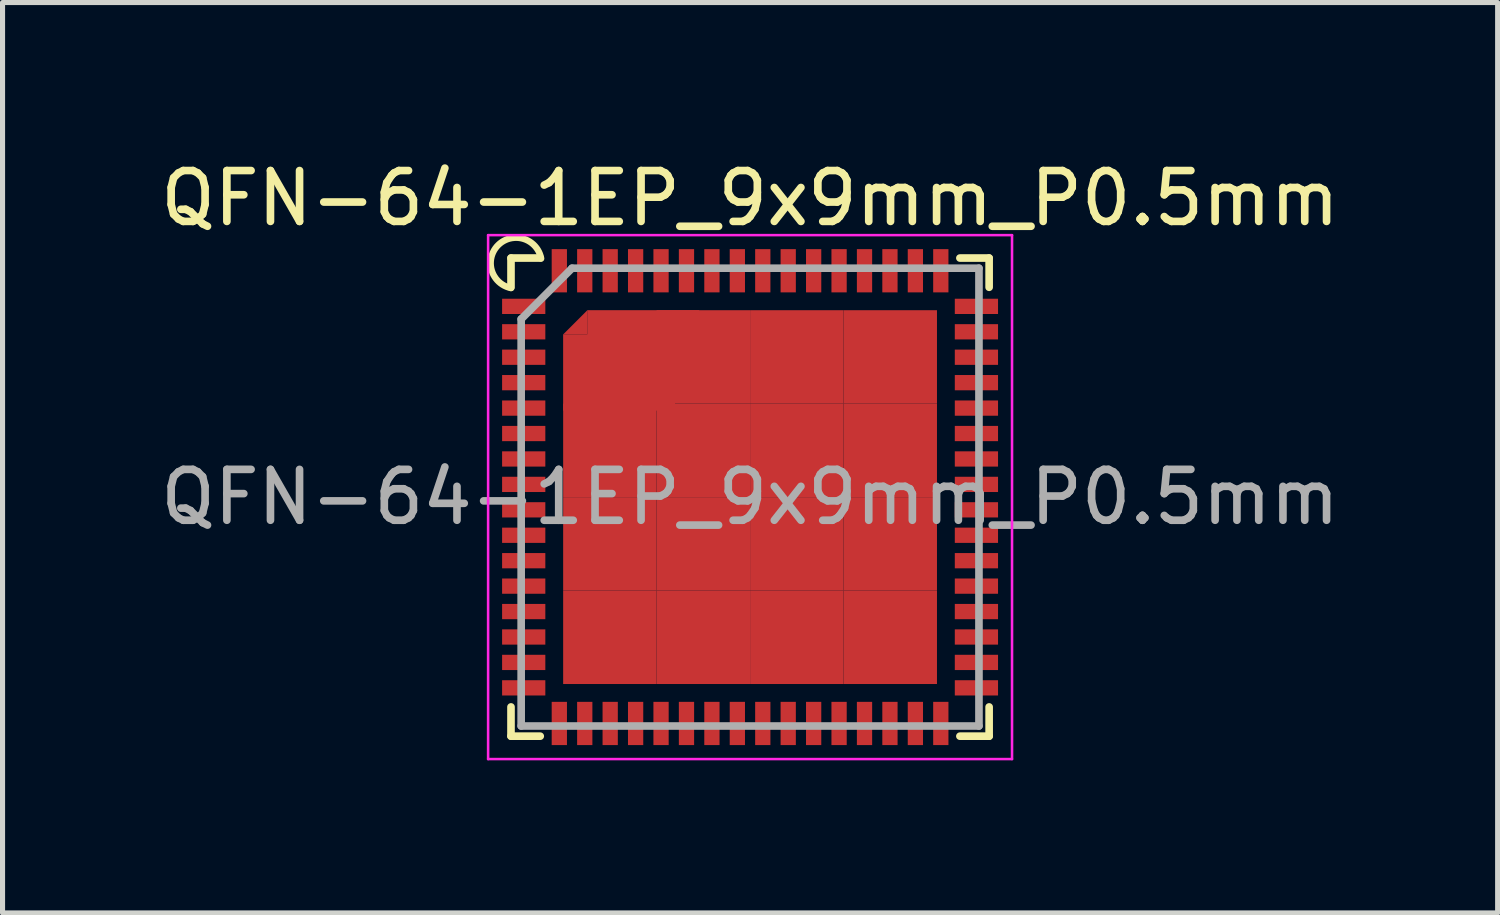
<source format=kicad_pcb>
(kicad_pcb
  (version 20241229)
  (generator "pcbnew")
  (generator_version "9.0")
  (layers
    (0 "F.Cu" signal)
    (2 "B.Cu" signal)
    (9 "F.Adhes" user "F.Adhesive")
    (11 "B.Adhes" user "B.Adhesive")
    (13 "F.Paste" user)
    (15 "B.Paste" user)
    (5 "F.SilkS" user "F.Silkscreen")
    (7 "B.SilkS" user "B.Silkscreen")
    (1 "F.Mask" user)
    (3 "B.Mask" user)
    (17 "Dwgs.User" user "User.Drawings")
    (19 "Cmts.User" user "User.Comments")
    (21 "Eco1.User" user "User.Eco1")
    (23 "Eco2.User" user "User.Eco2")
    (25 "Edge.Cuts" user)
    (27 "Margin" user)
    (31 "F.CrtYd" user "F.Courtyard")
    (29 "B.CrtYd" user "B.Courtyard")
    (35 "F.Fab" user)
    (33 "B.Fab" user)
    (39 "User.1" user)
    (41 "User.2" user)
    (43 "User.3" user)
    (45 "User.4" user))
  (footprint "QFN-64-1EP_9x9mm_P0.5mm"
    (layer "F.Cu")
    (at 11.696 6.723)
    (property "Reference" "QFN-64-1EP_9x9mm_P0.5mm" (at 0 -5.875 0) (layer "F.SilkS") (effects (font (size 1 1) (thickness 0.15))))
    (attr smd)
    (fp_line (start -4.7 -4.7) (end -4.125 -4.7) (stroke (width 0.15) (type solid)) (layer "F.SilkS"))
    (fp_line (start -4.7 -4.125) (end -4.7 -4.7) (stroke (width 0.15) (type solid)) (layer "F.SilkS"))
    (fp_line (start -4.7 4.7) (end -4.7 4.125) (stroke (width 0.15) (type solid)) (layer "F.SilkS"))
    (fp_line (start -4.7 4.7) (end -4.125 4.7) (stroke (width 0.15) (type solid)) (layer "F.SilkS"))
    (fp_line (start 4.7 -4.7) (end 4.125 -4.7) (stroke (width 0.15) (type solid)) (layer "F.SilkS"))
    (fp_line (start 4.7 -4.7) (end 4.7 -4.125) (stroke (width 0.15) (type solid)) (layer "F.SilkS"))
    (fp_line (start 4.7 4.7) (end 4.125 4.7) (stroke (width 0.15) (type solid)) (layer "F.SilkS"))
    (fp_line (start 4.7 4.7) (end 4.7 4.125) (stroke (width 0.15) (type solid)) (layer "F.SilkS"))
    (fp_arc (start -4.7 -4.11) (mid -4.95013 -4.957084) (end -4.108128 -4.690344) (stroke (width 0.127) (type solid)) (layer "F.SilkS"))
    (fp_line (start -5.15 -5.15) (end -5.15 5.15) (stroke (width 0.05) (type solid)) (layer "F.CrtYd"))
    (fp_line (start -5.15 -5.15) (end 5.15 -5.15) (stroke (width 0.05) (type solid)) (layer "F.CrtYd"))
    (fp_line (start -5.15 5.15) (end 5.15 5.15) (stroke (width 0.05) (type solid)) (layer "F.CrtYd"))
    (fp_line (start 5.15 -5.15) (end 5.15 5.15) (stroke (width 0.05) (type solid)) (layer "F.CrtYd"))
    (fp_line (start -4.5 -3.5) (end -3.5 -4.5) (stroke (width 0.15) (type solid)) (layer "F.Fab"))
    (fp_line (start -4.5 4.5) (end -4.5 -3.5) (stroke (width 0.15) (type solid)) (layer "F.Fab"))
    (fp_line (start -3.5 -4.5) (end 4.5 -4.5) (stroke (width 0.15) (type solid)) (layer "F.Fab"))
    (fp_line (start 4.5 -4.5) (end 4.5 4.5) (stroke (width 0.15) (type solid)) (layer "F.Fab"))
    (fp_line (start 4.5 4.5) (end -4.5 4.5) (stroke (width 0.15) (type solid)) (layer "F.Fab"))
    (fp_text user "${REFERENCE}" (at 0 0 0) (layer "F.Fab") (effects (font (size 1 1) (thickness 0.15))))
    (pad "" smd rect (at -2.75 -2.75) (size 1.837 1.837) (layers "F.Paste"))
    (pad "1" smd rect (at -4.45 -3.75) (size 0.85 0.3) (layers "F.Cu" "F.Mask" "F.Paste"))
    (pad "2" smd rect (at -4.45 -3.25) (size 0.85 0.3) (layers "F.Cu" "F.Mask" "F.Paste"))
    (pad "3" smd rect (at -4.45 -2.75) (size 0.85 0.3) (layers "F.Cu" "F.Mask" "F.Paste"))
    (pad "4" smd rect (at -4.45 -2.25) (size 0.85 0.3) (layers "F.Cu" "F.Mask" "F.Paste"))
    (pad "5" smd rect (at -4.45 -1.75) (size 0.85 0.3) (layers "F.Cu" "F.Mask" "F.Paste"))
    (pad "6" smd rect (at -4.45 -1.25) (size 0.85 0.3) (layers "F.Cu" "F.Mask" "F.Paste"))
    (pad "7" smd rect (at -4.45 -0.75) (size 0.85 0.3) (layers "F.Cu" "F.Mask" "F.Paste"))
    (pad "8" smd rect (at -4.45 -0.25) (size 0.85 0.3) (layers "F.Cu" "F.Mask" "F.Paste"))
    (pad "9" smd rect (at -4.45 0.25) (size 0.85 0.3) (layers "F.Cu" "F.Mask" "F.Paste"))
    (pad "10" smd rect (at -4.45 0.75) (size 0.85 0.3) (layers "F.Cu" "F.Mask" "F.Paste"))
    (pad "11" smd rect (at -4.45 1.25) (size 0.85 0.3) (layers "F.Cu" "F.Mask" "F.Paste"))
    (pad "12" smd rect (at -4.45 1.75) (size 0.85 0.3) (layers "F.Cu" "F.Mask" "F.Paste"))
    (pad "13" smd rect (at -4.45 2.25) (size 0.85 0.3) (layers "F.Cu" "F.Mask" "F.Paste"))
    (pad "14" smd rect (at -4.45 2.75) (size 0.85 0.3) (layers "F.Cu" "F.Mask" "F.Paste"))
    (pad "15" smd rect (at -4.45 3.25) (size 0.85 0.3) (layers "F.Cu" "F.Mask" "F.Paste"))
    (pad "16" smd rect (at -4.45 3.75) (size 0.85 0.3) (layers "F.Cu" "F.Mask" "F.Paste"))
    (pad "17" smd rect (at -3.75 4.45 90) (size 0.85 0.3) (layers "F.Cu" "F.Mask" "F.Paste"))
    (pad "18" smd rect (at -3.25 4.45 90) (size 0.85 0.3) (layers "F.Cu" "F.Mask" "F.Paste"))
    (pad "19" smd rect (at -2.75 4.45 90) (size 0.85 0.3) (layers "F.Cu" "F.Mask" "F.Paste"))
    (pad "20" smd rect (at -2.25 4.45 90) (size 0.85 0.3) (layers "F.Cu" "F.Mask" "F.Paste"))
    (pad "21" smd rect (at -1.75 4.45 90) (size 0.85 0.3) (layers "F.Cu" "F.Mask" "F.Paste"))
    (pad "22" smd rect (at -1.25 4.45 90) (size 0.85 0.3) (layers "F.Cu" "F.Mask" "F.Paste"))
    (pad "23" smd rect (at -0.75 4.45 90) (size 0.85 0.3) (layers "F.Cu" "F.Mask" "F.Paste"))
    (pad "24" smd rect (at -0.25 4.45 90) (size 0.85 0.3) (layers "F.Cu" "F.Mask" "F.Paste"))
    (pad "25" smd rect (at 0.25 4.45 90) (size 0.85 0.3) (layers "F.Cu" "F.Mask" "F.Paste"))
    (pad "26" smd rect (at 0.75 4.45 90) (size 0.85 0.3) (layers "F.Cu" "F.Mask" "F.Paste"))
    (pad "27" smd rect (at 1.25 4.45 90) (size 0.85 0.3) (layers "F.Cu" "F.Mask" "F.Paste"))
    (pad "28" smd rect (at 1.75 4.45 90) (size 0.85 0.3) (layers "F.Cu" "F.Mask" "F.Paste"))
    (pad "29" smd rect (at 2.25 4.45 90) (size 0.85 0.3) (layers "F.Cu" "F.Mask" "F.Paste"))
    (pad "30" smd rect (at 2.75 4.45 90) (size 0.85 0.3) (layers "F.Cu" "F.Mask" "F.Paste"))
    (pad "31" smd rect (at 3.25 4.45 90) (size 0.85 0.3) (layers "F.Cu" "F.Mask" "F.Paste"))
    (pad "32" smd rect (at 3.75 4.45 90) (size 0.85 0.3) (layers "F.Cu" "F.Mask" "F.Paste"))
    (pad "33" smd rect (at 4.45 3.75) (size 0.85 0.3) (layers "F.Cu" "F.Mask" "F.Paste"))
    (pad "34" smd rect (at 4.45 3.25) (size 0.85 0.3) (layers "F.Cu" "F.Mask" "F.Paste"))
    (pad "35" smd rect (at 4.45 2.75) (size 0.85 0.3) (layers "F.Cu" "F.Mask" "F.Paste"))
    (pad "36" smd rect (at 4.45 2.25) (size 0.85 0.3) (layers "F.Cu" "F.Mask" "F.Paste"))
    (pad "37" smd rect (at 4.45 1.75) (size 0.85 0.3) (layers "F.Cu" "F.Mask" "F.Paste"))
    (pad "38" smd rect (at 4.45 1.25) (size 0.85 0.3) (layers "F.Cu" "F.Mask" "F.Paste"))
    (pad "39" smd rect (at 4.45 0.75) (size 0.85 0.3) (layers "F.Cu" "F.Mask" "F.Paste"))
    (pad "40" smd rect (at 4.45 0.25) (size 0.85 0.3) (layers "F.Cu" "F.Mask" "F.Paste"))
    (pad "41" smd rect (at 4.45 -0.25) (size 0.85 0.3) (layers "F.Cu" "F.Mask" "F.Paste"))
    (pad "42" smd rect (at 4.45 -0.75) (size 0.85 0.3) (layers "F.Cu" "F.Mask" "F.Paste"))
    (pad "43" smd rect (at 4.45 -1.25) (size 0.85 0.3) (layers "F.Cu" "F.Mask" "F.Paste"))
    (pad "44" smd rect (at 4.45 -1.75) (size 0.85 0.3) (layers "F.Cu" "F.Mask" "F.Paste"))
    (pad "45" smd rect (at 4.45 -2.25) (size 0.85 0.3) (layers "F.Cu" "F.Mask" "F.Paste"))
    (pad "46" smd rect (at 4.45 -2.75) (size 0.85 0.3) (layers "F.Cu" "F.Mask" "F.Paste"))
    (pad "47" smd rect (at 4.45 -3.25) (size 0.85 0.3) (layers "F.Cu" "F.Mask" "F.Paste"))
    (pad "48" smd rect (at 4.45 -3.75) (size 0.85 0.3) (layers "F.Cu" "F.Mask" "F.Paste"))
    (pad "49" smd rect (at 3.75 -4.45 90) (size 0.85 0.3) (layers "F.Cu" "F.Mask" "F.Paste"))
    (pad "50" smd rect (at 3.25 -4.45 90) (size 0.85 0.3) (layers "F.Cu" "F.Mask" "F.Paste"))
    (pad "51" smd rect (at 2.75 -4.45 90) (size 0.85 0.3) (layers "F.Cu" "F.Mask" "F.Paste"))
    (pad "52" smd rect (at 2.25 -4.45 90) (size 0.85 0.3) (layers "F.Cu" "F.Mask" "F.Paste"))
    (pad "53" smd rect (at 1.75 -4.45 90) (size 0.85 0.3) (layers "F.Cu" "F.Mask" "F.Paste"))
    (pad "54" smd rect (at 1.25 -4.45 90) (size 0.85 0.3) (layers "F.Cu" "F.Mask" "F.Paste"))
    (pad "55" smd rect (at 0.75 -4.45 90) (size 0.85 0.3) (layers "F.Cu" "F.Mask" "F.Paste"))
    (pad "56" smd rect (at 0.25 -4.45 90) (size 0.85 0.3) (layers "F.Cu" "F.Mask" "F.Paste"))
    (pad "57" smd rect (at -0.25 -4.45 90) (size 0.85 0.3) (layers "F.Cu" "F.Mask" "F.Paste"))
    (pad "58" smd rect (at -0.75 -4.45 90) (size 0.85 0.3) (layers "F.Cu" "F.Mask" "F.Paste"))
    (pad "59" smd rect (at -1.25 -4.45 90) (size 0.85 0.3) (layers "F.Cu" "F.Mask" "F.Paste"))
    (pad "60" smd rect (at -1.75 -4.45 90) (size 0.85 0.3) (layers "F.Cu" "F.Mask" "F.Paste"))
    (pad "61" smd rect (at -2.25 -4.45 90) (size 0.85 0.3) (layers "F.Cu" "F.Mask" "F.Paste"))
    (pad "62" smd rect (at -2.75 -4.45 90) (size 0.85 0.3) (layers "F.Cu" "F.Mask" "F.Paste"))
    (pad "63" smd rect (at -3.25 -4.45 90) (size 0.85 0.3) (layers "F.Cu" "F.Mask" "F.Paste"))
    (pad "64" smd rect (at -3.75 -4.45 90) (size 0.85 0.3) (layers "F.Cu" "F.Mask" "F.Paste"))
    (pad "65" smd trapezoid (at -3.317 -3.317 225) (size 0.338 0.338) (rect_delta 0 0.338) (layers "F.Cu" "F.Mask"))
    (pad "65" smd rect (at -2.756 -0.919) (size 1.837 1.837) (layers "F.Cu" "F.Mask" "F.Paste"))
    (pad "65" smd rect (at -2.756 0.919) (size 1.837 1.837) (layers "F.Cu" "F.Mask" "F.Paste"))
    (pad "65" smd rect (at -2.756 2.756) (size 1.837 1.837) (layers "F.Cu" "F.Mask" "F.Paste"))
    (pad "65" smd rect (at -2.575 -2.45) (size 2.2 1.5) (layers "F.Cu" "F.Mask"))
    (pad "65" smd rect (at -2.1 -2.925) (size 2.2 1.5) (layers "F.Cu" "F.Mask"))
    (pad "65" smd rect (at -0.919 -2.756) (size 1.837 1.837) (layers "F.Cu" "F.Mask" "F.Paste"))
    (pad "65" smd rect (at -0.919 -0.919) (size 1.837 1.837) (layers "F.Cu" "F.Mask" "F.Paste"))
    (pad "65" smd rect (at -0.919 0.919) (size 1.837 1.837) (layers "F.Cu" "F.Mask" "F.Paste"))
    (pad "65" smd rect (at -0.919 2.756) (size 1.837 1.837) (layers "F.Cu" "F.Mask" "F.Paste"))
    (pad "65" smd rect (at 0.919 -2.756) (size 1.837 1.837) (layers "F.Cu" "F.Mask" "F.Paste"))
    (pad "65" smd rect (at 0.919 -0.919) (size 1.837 1.837) (layers "F.Cu" "F.Mask" "F.Paste"))
    (pad "65" smd rect (at 0.919 0.919) (size 1.837 1.837) (layers "F.Cu" "F.Mask" "F.Paste"))
    (pad "65" smd rect (at 0.919 2.756) (size 1.837 1.837) (layers "F.Cu" "F.Mask" "F.Paste"))
    (pad "65" smd rect (at 2.756 -2.756) (size 1.837 1.837) (layers "F.Cu" "F.Mask" "F.Paste"))
    (pad "65" smd rect (at 2.756 -0.919) (size 1.837 1.837) (layers "F.Cu" "F.Mask" "F.Paste"))
    (pad "65" smd rect (at 2.756 0.919) (size 1.837 1.837) (layers "F.Cu" "F.Mask" "F.Paste"))
    (pad "65" smd rect (at 2.756 2.756) (size 1.837 1.837) (layers "F.Cu" "F.Mask" "F.Paste")))
  (gr_rect
    (start -3 -3)
    (end 26.393 14.898)
    (stroke (width 0.1) (type default))
    (fill no)
    (layer "Edge.Cuts")))
</source>
